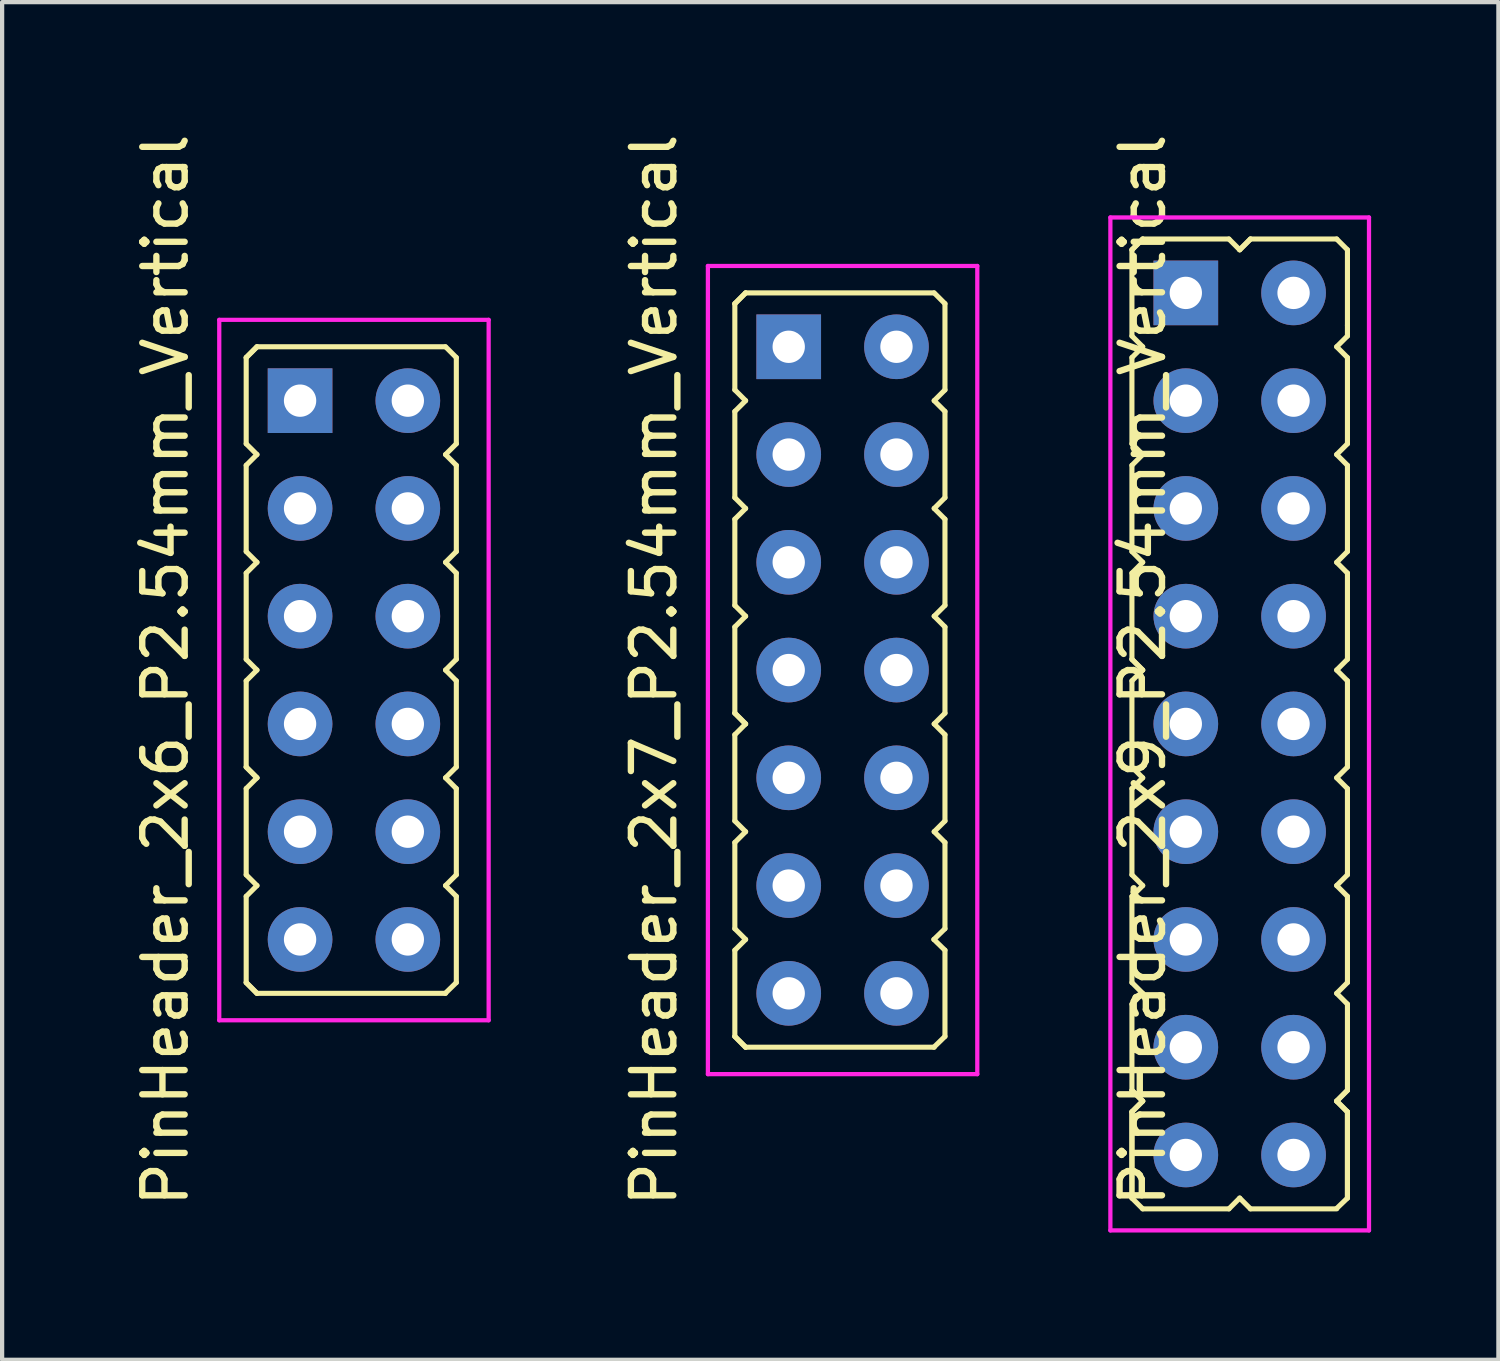
<source format=kicad_pcb>
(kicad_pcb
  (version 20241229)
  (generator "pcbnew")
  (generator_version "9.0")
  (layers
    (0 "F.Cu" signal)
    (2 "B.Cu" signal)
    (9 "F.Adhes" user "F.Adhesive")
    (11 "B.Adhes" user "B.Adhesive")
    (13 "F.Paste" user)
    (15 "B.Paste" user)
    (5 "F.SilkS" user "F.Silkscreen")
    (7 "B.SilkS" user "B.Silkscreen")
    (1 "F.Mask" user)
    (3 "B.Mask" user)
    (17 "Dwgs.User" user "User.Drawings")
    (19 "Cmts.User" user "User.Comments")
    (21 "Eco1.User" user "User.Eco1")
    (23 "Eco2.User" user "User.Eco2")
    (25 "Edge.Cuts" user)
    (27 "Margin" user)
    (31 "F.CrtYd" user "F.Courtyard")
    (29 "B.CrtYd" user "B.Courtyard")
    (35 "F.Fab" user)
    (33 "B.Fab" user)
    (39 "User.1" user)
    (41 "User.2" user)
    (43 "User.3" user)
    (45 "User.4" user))
  (footprint "PinHeader_2x7_P2.54mm_Vertical"
    (layer "F.Cu")
    (at 16.811 12.744)
    (property "Reference" "PinHeader_2x7_P2.54mm_Vertical" (at -4.445 0 90) (layer "F.SilkS") (effects (font (size 1 1) (thickness 0.15))))
    (attr through_hole)
    (fp_line (start -2.54 -8.636) (end -2.286 -8.89) (stroke (width 0.12) (type solid)) (layer "F.SilkS"))
    (fp_line (start -2.54 -8.636) (end -2.286 -8.89) (stroke (width 0.12) (type solid)) (layer "F.SilkS"))
    (fp_line (start -2.54 -6.604) (end -2.54 -8.636) (stroke (width 0.12) (type solid)) (layer "F.SilkS"))
    (fp_line (start -2.54 -6.096) (end -2.286 -6.35) (stroke (width 0.12) (type solid)) (layer "F.SilkS"))
    (fp_line (start -2.54 -4.064) (end -2.54 -6.096) (stroke (width 0.12) (type solid)) (layer "F.SilkS"))
    (fp_line (start -2.54 -3.556) (end -2.286 -3.81) (stroke (width 0.12) (type solid)) (layer "F.SilkS"))
    (fp_line (start -2.54 -1.524) (end -2.54 -3.556) (stroke (width 0.12) (type solid)) (layer "F.SilkS"))
    (fp_line (start -2.54 -1.016) (end -2.286 -1.27) (stroke (width 0.12) (type solid)) (layer "F.SilkS"))
    (fp_line (start -2.54 1.016) (end -2.54 -1.016) (stroke (width 0.12) (type solid)) (layer "F.SilkS"))
    (fp_line (start -2.54 1.524) (end -2.286 1.27) (stroke (width 0.12) (type solid)) (layer "F.SilkS"))
    (fp_line (start -2.54 3.556) (end -2.54 1.524) (stroke (width 0.12) (type solid)) (layer "F.SilkS"))
    (fp_line (start -2.54 4.064) (end -2.286 3.81) (stroke (width 0.12) (type solid)) (layer "F.SilkS"))
    (fp_line (start -2.54 6.096) (end -2.54 4.064) (stroke (width 0.12) (type solid)) (layer "F.SilkS"))
    (fp_line (start -2.54 6.604) (end -2.286 6.35) (stroke (width 0.12) (type solid)) (layer "F.SilkS"))
    (fp_line (start -2.54 8.636) (end -2.54 6.604) (stroke (width 0.12) (type solid)) (layer "F.SilkS"))
    (fp_line (start -2.286 -6.35) (end -2.54 -6.604) (stroke (width 0.12) (type solid)) (layer "F.SilkS"))
    (fp_line (start -2.286 -3.81) (end -2.54 -4.064) (stroke (width 0.12) (type solid)) (layer "F.SilkS"))
    (fp_line (start -2.286 -1.27) (end -2.54 -1.524) (stroke (width 0.12) (type solid)) (layer "F.SilkS"))
    (fp_line (start -2.286 1.27) (end -2.54 1.016) (stroke (width 0.12) (type solid)) (layer "F.SilkS"))
    (fp_line (start -2.286 1.27) (end -2.54 1.016) (stroke (width 0.12) (type solid)) (layer "F.SilkS"))
    (fp_line (start -2.286 3.81) (end -2.54 3.556) (stroke (width 0.12) (type solid)) (layer "F.SilkS"))
    (fp_line (start -2.286 6.35) (end -2.54 6.096) (stroke (width 0.12) (type solid)) (layer "F.SilkS"))
    (fp_line (start -2.286 8.89) (end -2.54 8.636) (stroke (width 0.12) (type solid)) (layer "F.SilkS"))
    (fp_line (start -2.286 8.89) (end -2.54 8.636) (stroke (width 0.12) (type solid)) (layer "F.SilkS"))
    (fp_line (start 2.152 -8.89) (end -2.286 -8.89) (stroke (width 0.12) (type solid)) (layer "F.SilkS"))
    (fp_line (start 2.152 6.35) (end 2.413 6.604) (stroke (width 0.12) (type solid)) (layer "F.SilkS"))
    (fp_line (start 2.159 -6.35) (end 2.413 -6.096) (stroke (width 0.12) (type solid)) (layer "F.SilkS"))
    (fp_line (start 2.159 -3.81) (end 2.413 -3.556) (stroke (width 0.12) (type solid)) (layer "F.SilkS"))
    (fp_line (start 2.159 -1.27) (end 2.413 -1.016) (stroke (width 0.12) (type solid)) (layer "F.SilkS"))
    (fp_line (start 2.159 1.27) (end 2.413 1.524) (stroke (width 0.12) (type solid)) (layer "F.SilkS"))
    (fp_line (start 2.159 3.81) (end 2.413 4.064) (stroke (width 0.12) (type solid)) (layer "F.SilkS"))
    (fp_line (start 2.159 8.89) (end -2.286 8.89) (stroke (width 0.12) (type solid)) (layer "F.SilkS"))
    (fp_line (start 2.413 -8.636) (end 2.159 -8.89) (stroke (width 0.12) (type solid)) (layer "F.SilkS"))
    (fp_line (start 2.413 -8.636) (end 2.413 -6.604) (stroke (width 0.12) (type solid)) (layer "F.SilkS"))
    (fp_line (start 2.413 -6.604) (end 2.159 -6.35) (stroke (width 0.12) (type solid)) (layer "F.SilkS"))
    (fp_line (start 2.413 -6.096) (end 2.413 -4.064) (stroke (width 0.12) (type solid)) (layer "F.SilkS"))
    (fp_line (start 2.413 -4.064) (end 2.159 -3.81) (stroke (width 0.12) (type solid)) (layer "F.SilkS"))
    (fp_line (start 2.413 -3.556) (end 2.413 -1.524) (stroke (width 0.12) (type solid)) (layer "F.SilkS"))
    (fp_line (start 2.413 -1.524) (end 2.159 -1.27) (stroke (width 0.12) (type solid)) (layer "F.SilkS"))
    (fp_line (start 2.413 -1.016) (end 2.413 1.016) (stroke (width 0.12) (type solid)) (layer "F.SilkS"))
    (fp_line (start 2.413 1.016) (end 2.159 1.27) (stroke (width 0.12) (type solid)) (layer "F.SilkS"))
    (fp_line (start 2.413 1.524) (end 2.413 3.556) (stroke (width 0.12) (type solid)) (layer "F.SilkS"))
    (fp_line (start 2.413 3.556) (end 2.159 3.81) (stroke (width 0.12) (type solid)) (layer "F.SilkS"))
    (fp_line (start 2.413 4.064) (end 2.413 6.096) (stroke (width 0.12) (type solid)) (layer "F.SilkS"))
    (fp_line (start 2.413 6.096) (end 2.152 6.35) (stroke (width 0.12) (type solid)) (layer "F.SilkS"))
    (fp_line (start 2.413 6.604) (end 2.413 8.636) (stroke (width 0.12) (type solid)) (layer "F.SilkS"))
    (fp_line (start 2.413 8.636) (end 2.152 8.89) (stroke (width 0.12) (type solid)) (layer "F.SilkS"))
    (fp_line (start -3.175 9.525) (end -3.175 -9.525) (stroke (width 0.1) (type solid)) (layer "F.CrtYd"))
    (fp_line (start 3.175 -9.525) (end -3.175 -9.525) (stroke (width 0.1) (type solid)) (layer "F.CrtYd"))
    (fp_line (start 3.175 -9.525) (end 3.175 9.525) (stroke (width 0.1) (type solid)) (layer "F.CrtYd"))
    (fp_line (start 3.175 9.525) (end -3.175 9.525) (stroke (width 0.1) (type solid)) (layer "F.CrtYd"))
    (pad "1" thru_hole rect (at -1.27 -7.62) (size 1.524 1.524) (drill 0.762) (layers "*.Cu" "*.Mask"))
    (pad "2" thru_hole oval (at 1.27 -7.62) (size 1.524 1.524) (drill 0.762) (layers "*.Cu" "*.Mask"))
    (pad "3" thru_hole oval (at -1.27 -5.08) (size 1.524 1.524) (drill 0.762) (layers "*.Cu" "*.Mask"))
    (pad "4" thru_hole oval (at 1.27 -5.08) (size 1.524 1.524) (drill 0.762) (layers "*.Cu" "*.Mask"))
    (pad "5" thru_hole oval (at -1.27 -2.54) (size 1.524 1.524) (drill 0.762) (layers "*.Cu" "*.Mask"))
    (pad "6" thru_hole oval (at 1.27 -2.54) (size 1.524 1.524) (drill 0.762) (layers "*.Cu" "*.Mask"))
    (pad "7" thru_hole oval (at -1.27 0) (size 1.524 1.524) (drill 0.762) (layers "*.Cu" "*.Mask"))
    (pad "8" thru_hole oval (at 1.27 0) (size 1.524 1.524) (drill 0.762) (layers "*.Cu" "*.Mask"))
    (pad "9" thru_hole oval (at -1.27 2.54) (size 1.524 1.524) (drill 0.762) (layers "*.Cu" "*.Mask"))
    (pad "10" thru_hole oval (at 1.27 2.54) (size 1.524 1.524) (drill 0.762) (layers "*.Cu" "*.Mask"))
    (pad "11" thru_hole oval (at -1.27 5.08) (size 1.524 1.524) (drill 0.762) (layers "*.Cu" "*.Mask"))
    (pad "12" thru_hole oval (at 1.27 5.08) (size 1.524 1.524) (drill 0.762) (layers "*.Cu" "*.Mask"))
    (pad "13" thru_hole oval (at -1.27 7.62) (size 1.524 1.524) (drill 0.762) (layers "*.Cu" "*.Mask"))
    (pad "14" thru_hole oval (at 1.27 7.62) (size 1.524 1.524) (drill 0.762) (layers "*.Cu" "*.Mask")))
  (footprint "PinHeader_2x9_P2.54mm_Vertical"
    (layer "F.Cu")
    (at 26.171 14.014)
    (property "Reference" "PinHeader_2x9_P2.54mm_Vertical" (at -2.286 -1.27 90) (layer "F.SilkS") (effects (font (size 1 1) (thickness 0.15))))
    (attr through_hole)
    (fp_line (start -2.54 -11.176) (end -2.286 -11.43) (stroke (width 0.12) (type solid)) (layer "F.SilkS"))
    (fp_line (start -2.54 -11.176) (end -2.286 -11.43) (stroke (width 0.12) (type solid)) (layer "F.SilkS"))
    (fp_line (start -2.54 -9.144) (end -2.54 -11.176) (stroke (width 0.12) (type solid)) (layer "F.SilkS"))
    (fp_line (start -2.54 -8.636) (end -2.286 -8.89) (stroke (width 0.12) (type solid)) (layer "F.SilkS"))
    (fp_line (start -2.54 -6.604) (end -2.54 -8.636) (stroke (width 0.12) (type solid)) (layer "F.SilkS"))
    (fp_line (start -2.54 -6.096) (end -2.286 -6.35) (stroke (width 0.12) (type solid)) (layer "F.SilkS"))
    (fp_line (start -2.54 -4.064) (end -2.54 -6.096) (stroke (width 0.12) (type solid)) (layer "F.SilkS"))
    (fp_line (start -2.54 -3.556) (end -2.286 -3.81) (stroke (width 0.12) (type solid)) (layer "F.SilkS"))
    (fp_line (start -2.54 -1.524) (end -2.54 -3.556) (stroke (width 0.12) (type solid)) (layer "F.SilkS"))
    (fp_line (start -2.54 -1.016) (end -2.286 -1.27) (stroke (width 0.12) (type solid)) (layer "F.SilkS"))
    (fp_line (start -2.54 1.016) (end -2.54 -1.016) (stroke (width 0.12) (type solid)) (layer "F.SilkS"))
    (fp_line (start -2.54 1.016) (end -2.286 1.27) (stroke (width 0.12) (type solid)) (layer "F.SilkS"))
    (fp_line (start -2.54 1.524) (end -2.54 3.556) (stroke (width 0.12) (type solid)) (layer "F.SilkS"))
    (fp_line (start -2.54 1.524) (end -2.286 1.27) (stroke (width 0.12) (type solid)) (layer "F.SilkS"))
    (fp_line (start -2.54 4.064) (end -2.54 6.096) (stroke (width 0.12) (type solid)) (layer "F.SilkS"))
    (fp_line (start -2.54 4.064) (end -2.286 3.81) (stroke (width 0.12) (type solid)) (layer "F.SilkS"))
    (fp_line (start -2.54 8.636) (end -2.54 6.604) (stroke (width 0.12) (type solid)) (layer "F.SilkS"))
    (fp_line (start -2.54 11.176) (end -2.54 9.144) (stroke (width 0.12) (type solid)) (layer "F.SilkS"))
    (fp_line (start -2.54 11.176) (end -2.54 9.144) (stroke (width 0.12) (type solid)) (layer "F.SilkS"))
    (fp_line (start -2.286 -8.89) (end -2.54 -9.144) (stroke (width 0.12) (type solid)) (layer "F.SilkS"))
    (fp_line (start -2.286 -6.35) (end -2.54 -6.604) (stroke (width 0.12) (type solid)) (layer "F.SilkS"))
    (fp_line (start -2.286 -3.81) (end -2.54 -4.064) (stroke (width 0.12) (type solid)) (layer "F.SilkS"))
    (fp_line (start -2.286 -1.27) (end -2.54 -1.524) (stroke (width 0.12) (type solid)) (layer "F.SilkS"))
    (fp_line (start -2.286 -1.27) (end -2.54 -1.524) (stroke (width 0.12) (type solid)) (layer "F.SilkS"))
    (fp_line (start -2.286 3.81) (end -2.54 3.556) (stroke (width 0.12) (type solid)) (layer "F.SilkS"))
    (fp_line (start -2.286 6.35) (end -2.54 6.096) (stroke (width 0.12) (type solid)) (layer "F.SilkS"))
    (fp_line (start -2.286 6.35) (end -2.54 6.604) (stroke (width 0.12) (type solid)) (layer "F.SilkS"))
    (fp_line (start -2.286 8.89) (end -2.54 8.636) (stroke (width 0.12) (type solid)) (layer "F.SilkS"))
    (fp_line (start -2.286 8.89) (end -2.54 8.636) (stroke (width 0.12) (type solid)) (layer "F.SilkS"))
    (fp_line (start -2.286 8.89) (end -2.54 9.144) (stroke (width 0.12) (type solid)) (layer "F.SilkS"))
    (fp_line (start -2.286 8.89) (end -2.54 9.144) (stroke (width 0.12) (type solid)) (layer "F.SilkS"))
    (fp_line (start -2.286 11.43) (end -2.54 11.176) (stroke (width 0.12) (type solid)) (layer "F.SilkS"))
    (fp_line (start -2.286 11.43) (end -0.254 11.43) (stroke (width 0.12) (type solid)) (layer "F.SilkS"))
    (fp_line (start -0.254 -11.43) (end -2.286 -11.43) (stroke (width 0.12) (type solid)) (layer "F.SilkS"))
    (fp_line (start -0.254 11.43) (end 0 11.176) (stroke (width 0.12) (type solid)) (layer "F.SilkS"))
    (fp_line (start 0 -11.176) (end -0.254 -11.43) (stroke (width 0.12) (type solid)) (layer "F.SilkS"))
    (fp_line (start 0 -11.176) (end 0.254 -11.43) (stroke (width 0.12) (type solid)) (layer "F.SilkS"))
    (fp_line (start 0 -11.176) (end 0.254 -11.43) (stroke (width 0.12) (type solid)) (layer "F.SilkS"))
    (fp_line (start 0.254 11.43) (end 0 11.176) (stroke (width 0.12) (type solid)) (layer "F.SilkS"))
    (fp_line (start 0.254 11.43) (end 2.286 11.43) (stroke (width 0.12) (type solid)) (layer "F.SilkS"))
    (fp_line (start 2.286 -11.43) (end 0.254 -11.43) (stroke (width 0.12) (type solid)) (layer "F.SilkS"))
    (fp_line (start 2.286 -8.89) (end 2.54 -8.636) (stroke (width 0.12) (type solid)) (layer "F.SilkS"))
    (fp_line (start 2.286 -6.35) (end 2.54 -6.096) (stroke (width 0.12) (type solid)) (layer "F.SilkS"))
    (fp_line (start 2.286 -3.81) (end 2.54 -3.556) (stroke (width 0.12) (type solid)) (layer "F.SilkS"))
    (fp_line (start 2.286 -1.27) (end 2.54 -1.016) (stroke (width 0.12) (type solid)) (layer "F.SilkS"))
    (fp_line (start 2.286 3.81) (end 2.54 3.556) (stroke (width 0.12) (type solid)) (layer "F.SilkS"))
    (fp_line (start 2.286 6.35) (end 2.54 6.096) (stroke (width 0.12) (type solid)) (layer "F.SilkS"))
    (fp_line (start 2.286 6.35) (end 2.54 6.604) (stroke (width 0.12) (type solid)) (layer "F.SilkS"))
    (fp_line (start 2.286 8.89) (end 2.54 8.636) (stroke (width 0.12) (type solid)) (layer "F.SilkS"))
    (fp_line (start 2.286 8.89) (end 2.54 9.144) (stroke (width 0.12) (type solid)) (layer "F.SilkS"))
    (fp_line (start 2.286 8.89) (end 2.54 9.144) (stroke (width 0.12) (type solid)) (layer "F.SilkS"))
    (fp_line (start 2.286 11.42) (end 2.54 11.176) (stroke (width 0.12) (type solid)) (layer "F.SilkS"))
    (fp_line (start 2.54 -11.176) (end 2.286 -11.43) (stroke (width 0.12) (type solid)) (layer "F.SilkS"))
    (fp_line (start 2.54 -11.176) (end 2.54 -9.398) (stroke (width 0.12) (type solid)) (layer "F.SilkS"))
    (fp_line (start 2.54 -9.398) (end 2.54 -9.144) (stroke (width 0.12) (type solid)) (layer "F.SilkS"))
    (fp_line (start 2.54 -9.144) (end 2.286 -8.89) (stroke (width 0.12) (type solid)) (layer "F.SilkS"))
    (fp_line (start 2.54 -8.636) (end 2.54 -6.604) (stroke (width 0.12) (type solid)) (layer "F.SilkS"))
    (fp_line (start 2.54 -6.604) (end 2.286 -6.35) (stroke (width 0.12) (type solid)) (layer "F.SilkS"))
    (fp_line (start 2.54 -6.096) (end 2.54 -4.064) (stroke (width 0.12) (type solid)) (layer "F.SilkS"))
    (fp_line (start 2.54 -4.064) (end 2.286 -3.81) (stroke (width 0.12) (type solid)) (layer "F.SilkS"))
    (fp_line (start 2.54 -3.556) (end 2.54 -1.524) (stroke (width 0.12) (type solid)) (layer "F.SilkS"))
    (fp_line (start 2.54 -1.524) (end 2.286 -1.27) (stroke (width 0.12) (type solid)) (layer "F.SilkS"))
    (fp_line (start 2.54 -1.016) (end 2.54 1.016) (stroke (width 0.12) (type solid)) (layer "F.SilkS"))
    (fp_line (start 2.54 1.016) (end 2.286 1.27) (stroke (width 0.12) (type solid)) (layer "F.SilkS"))
    (fp_line (start 2.54 1.524) (end 2.286 1.27) (stroke (width 0.12) (type solid)) (layer "F.SilkS"))
    (fp_line (start 2.54 1.524) (end 2.54 3.556) (stroke (width 0.12) (type solid)) (layer "F.SilkS"))
    (fp_line (start 2.54 4.064) (end 2.286 3.81) (stroke (width 0.12) (type solid)) (layer "F.SilkS"))
    (fp_line (start 2.54 4.064) (end 2.54 6.096) (stroke (width 0.12) (type solid)) (layer "F.SilkS"))
    (fp_line (start 2.54 6.604) (end 2.54 8.636) (stroke (width 0.12) (type solid)) (layer "F.SilkS"))
    (fp_line (start 2.54 8.636) (end 2.286 8.89) (stroke (width 0.12) (type solid)) (layer "F.SilkS"))
    (fp_line (start 2.54 9.144) (end 2.54 11.176) (stroke (width 0.12) (type solid)) (layer "F.SilkS"))
    (fp_line (start 2.54 11.17) (end 2.54 9.144) (stroke (width 0.12) (type solid)) (layer "F.SilkS"))
    (fp_line (start -3.048 -11.938) (end 3.048 -11.938) (stroke (width 0.1) (type solid)) (layer "F.CrtYd"))
    (fp_line (start -3.048 11.938) (end -3.048 -11.938) (stroke (width 0.1) (type solid)) (layer "F.CrtYd"))
    (fp_line (start -3.048 11.938) (end 3.048 11.938) (stroke (width 0.1) (type solid)) (layer "F.CrtYd"))
    (fp_line (start 3.048 -11.938) (end 3.048 11.938) (stroke (width 0.1) (type solid)) (layer "F.CrtYd"))
    (pad "1" thru_hole rect (at -1.27 -10.16) (size 1.524 1.524) (drill 0.762) (layers "*.Cu" "*.Mask"))
    (pad "2" thru_hole circle (at 1.27 -10.16) (size 1.524 1.524) (drill 0.762) (layers "*.Cu" "*.Mask"))
    (pad "3" thru_hole oval (at -1.27 -7.62) (size 1.524 1.524) (drill 0.762) (layers "*.Cu" "*.Mask"))
    (pad "4" thru_hole oval (at 1.27 -7.62) (size 1.524 1.524) (drill 0.762) (layers "*.Cu" "*.Mask"))
    (pad "5" thru_hole oval (at -1.27 -5.08) (size 1.524 1.524) (drill 0.762) (layers "*.Cu" "*.Mask"))
    (pad "6" thru_hole oval (at 1.27 -5.08) (size 1.524 1.524) (drill 0.762) (layers "*.Cu" "*.Mask"))
    (pad "7" thru_hole oval (at -1.27 -2.54) (size 1.524 1.524) (drill 0.762) (layers "*.Cu" "*.Mask"))
    (pad "8" thru_hole oval (at 1.27 -2.54) (size 1.524 1.524) (drill 0.762) (layers "*.Cu" "*.Mask"))
    (pad "9" thru_hole oval (at -1.27 0) (size 1.524 1.524) (drill 0.762) (layers "*.Cu" "*.Mask"))
    (pad "10" thru_hole oval (at 1.27 0) (size 1.524 1.524) (drill 0.762) (layers "*.Cu" "*.Mask"))
    (pad "11" thru_hole oval (at -1.27 2.54) (size 1.524 1.524) (drill 0.762) (layers "*.Cu" "*.Mask"))
    (pad "12" thru_hole oval (at 1.27 2.54) (size 1.524 1.524) (drill 0.762) (layers "*.Cu" "*.Mask"))
    (pad "13" thru_hole oval (at -1.27 5.08) (size 1.524 1.524) (drill 0.762) (layers "*.Cu" "*.Mask"))
    (pad "14" thru_hole oval (at 1.27 5.08) (size 1.524 1.524) (drill 0.762) (layers "*.Cu" "*.Mask"))
    (pad "15" thru_hole oval (at -1.27 7.62) (size 1.524 1.524) (drill 0.762) (layers "*.Cu" "*.Mask"))
    (pad "16" thru_hole oval (at 1.27 7.62) (size 1.524 1.524) (drill 0.762) (layers "*.Cu" "*.Mask"))
    (pad "17" thru_hole oval (at -1.27 10.16) (size 1.524 1.524) (drill 0.762) (layers "*.Cu" "*.Mask"))
    (pad "18" thru_hole oval (at 1.27 10.16) (size 1.524 1.524) (drill 0.762) (layers "*.Cu" "*.Mask")))
  (footprint "PinHeader_2x6_P2.54mm_Vertical"
    (layer "F.Cu")
    (at 5.293 12.744)
    (property "Reference" "PinHeader_2x6_P2.54mm_Vertical" (at -4.445 0 90) (layer "F.SilkS") (effects (font (size 1 1) (thickness 0.15))))
    (attr through_hole)
    (fp_line (start -2.54 -7.366) (end -2.286 -7.62) (stroke (width 0.12) (type solid)) (layer "F.SilkS"))
    (fp_line (start -2.54 -7.366) (end -2.286 -7.62) (stroke (width 0.12) (type solid)) (layer "F.SilkS"))
    (fp_line (start -2.54 -5.334) (end -2.54 -7.366) (stroke (width 0.12) (type solid)) (layer "F.SilkS"))
    (fp_line (start -2.54 -4.826) (end -2.286 -5.08) (stroke (width 0.12) (type solid)) (layer "F.SilkS"))
    (fp_line (start -2.54 -2.794) (end -2.54 -4.826) (stroke (width 0.12) (type solid)) (layer "F.SilkS"))
    (fp_line (start -2.54 -2.286) (end -2.286 -2.54) (stroke (width 0.12) (type solid)) (layer "F.SilkS"))
    (fp_line (start -2.54 -0.254) (end -2.54 -2.286) (stroke (width 0.12) (type solid)) (layer "F.SilkS"))
    (fp_line (start -2.54 0.254) (end -2.286 0) (stroke (width 0.12) (type solid)) (layer "F.SilkS"))
    (fp_line (start -2.54 2.286) (end -2.54 0.254) (stroke (width 0.12) (type solid)) (layer "F.SilkS"))
    (fp_line (start -2.54 2.794) (end -2.286 2.54) (stroke (width 0.12) (type solid)) (layer "F.SilkS"))
    (fp_line (start -2.54 4.826) (end -2.54 2.794) (stroke (width 0.12) (type solid)) (layer "F.SilkS"))
    (fp_line (start -2.54 5.334) (end -2.286 5.08) (stroke (width 0.12) (type solid)) (layer "F.SilkS"))
    (fp_line (start -2.54 7.366) (end -2.54 5.334) (stroke (width 0.12) (type solid)) (layer "F.SilkS"))
    (fp_line (start -2.286 -5.08) (end -2.54 -5.334) (stroke (width 0.12) (type solid)) (layer "F.SilkS"))
    (fp_line (start -2.286 -2.54) (end -2.54 -2.794) (stroke (width 0.12) (type solid)) (layer "F.SilkS"))
    (fp_line (start -2.286 0) (end -2.54 -0.254) (stroke (width 0.12) (type solid)) (layer "F.SilkS"))
    (fp_line (start -2.286 2.54) (end -2.54 2.286) (stroke (width 0.12) (type solid)) (layer "F.SilkS"))
    (fp_line (start -2.286 2.54) (end -2.54 2.286) (stroke (width 0.12) (type solid)) (layer "F.SilkS"))
    (fp_line (start -2.286 5.08) (end -2.54 4.826) (stroke (width 0.12) (type solid)) (layer "F.SilkS"))
    (fp_line (start -2.286 7.62) (end -2.54 7.366) (stroke (width 0.12) (type solid)) (layer "F.SilkS"))
    (fp_line (start -2.286 7.62) (end -2.54 7.366) (stroke (width 0.12) (type solid)) (layer "F.SilkS"))
    (fp_line (start 2.152 -7.62) (end -2.286 -7.62) (stroke (width 0.12) (type solid)) (layer "F.SilkS"))
    (fp_line (start 2.159 -5.08) (end 2.413 -4.826) (stroke (width 0.12) (type solid)) (layer "F.SilkS"))
    (fp_line (start 2.159 -2.54) (end 2.413 -2.286) (stroke (width 0.12) (type solid)) (layer "F.SilkS"))
    (fp_line (start 2.159 0) (end 2.413 0.254) (stroke (width 0.12) (type solid)) (layer "F.SilkS"))
    (fp_line (start 2.159 2.54) (end 2.413 2.794) (stroke (width 0.12) (type solid)) (layer "F.SilkS"))
    (fp_line (start 2.159 5.08) (end 2.413 5.334) (stroke (width 0.12) (type solid)) (layer "F.SilkS"))
    (fp_line (start 2.159 7.62) (end -2.286 7.62) (stroke (width 0.12) (type solid)) (layer "F.SilkS"))
    (fp_line (start 2.413 -7.366) (end 2.159 -7.62) (stroke (width 0.12) (type solid)) (layer "F.SilkS"))
    (fp_line (start 2.413 -7.366) (end 2.413 -5.334) (stroke (width 0.12) (type solid)) (layer "F.SilkS"))
    (fp_line (start 2.413 -5.334) (end 2.159 -5.08) (stroke (width 0.12) (type solid)) (layer "F.SilkS"))
    (fp_line (start 2.413 -4.826) (end 2.413 -2.794) (stroke (width 0.12) (type solid)) (layer "F.SilkS"))
    (fp_line (start 2.413 -2.794) (end 2.159 -2.54) (stroke (width 0.12) (type solid)) (layer "F.SilkS"))
    (fp_line (start 2.413 -2.286) (end 2.413 -0.254) (stroke (width 0.12) (type solid)) (layer "F.SilkS"))
    (fp_line (start 2.413 -0.254) (end 2.159 0) (stroke (width 0.12) (type solid)) (layer "F.SilkS"))
    (fp_line (start 2.413 0.254) (end 2.413 2.286) (stroke (width 0.12) (type solid)) (layer "F.SilkS"))
    (fp_line (start 2.413 2.286) (end 2.159 2.54) (stroke (width 0.12) (type solid)) (layer "F.SilkS"))
    (fp_line (start 2.413 2.794) (end 2.413 4.826) (stroke (width 0.12) (type solid)) (layer "F.SilkS"))
    (fp_line (start 2.413 4.826) (end 2.159 5.08) (stroke (width 0.12) (type solid)) (layer "F.SilkS"))
    (fp_line (start 2.413 5.334) (end 2.413 7.366) (stroke (width 0.12) (type solid)) (layer "F.SilkS"))
    (fp_line (start 2.413 7.366) (end 2.152 7.62) (stroke (width 0.12) (type solid)) (layer "F.SilkS"))
    (fp_line (start -3.175 8.255) (end -3.175 -8.255) (stroke (width 0.1) (type solid)) (layer "F.CrtYd"))
    (fp_line (start 3.175 -8.255) (end -3.175 -8.255) (stroke (width 0.1) (type solid)) (layer "F.CrtYd"))
    (fp_line (start 3.175 -8.255) (end 3.175 8.255) (stroke (width 0.1) (type solid)) (layer "F.CrtYd"))
    (fp_line (start 3.175 8.255) (end -3.175 8.255) (stroke (width 0.1) (type solid)) (layer "F.CrtYd"))
    (pad "1" thru_hole rect (at -1.27 -6.35) (size 1.524 1.524) (drill 0.762) (layers "*.Cu" "*.Mask"))
    (pad "2" thru_hole oval (at 1.27 -6.35) (size 1.524 1.524) (drill 0.762) (layers "*.Cu" "*.Mask"))
    (pad "3" thru_hole oval (at -1.27 -3.81) (size 1.524 1.524) (drill 0.762) (layers "*.Cu" "*.Mask"))
    (pad "4" thru_hole oval (at 1.27 -3.81) (size 1.524 1.524) (drill 0.762) (layers "*.Cu" "*.Mask"))
    (pad "5" thru_hole oval (at -1.27 -1.27) (size 1.524 1.524) (drill 0.762) (layers "*.Cu" "*.Mask"))
    (pad "6" thru_hole oval (at 1.27 -1.27) (size 1.524 1.524) (drill 0.762) (layers "*.Cu" "*.Mask"))
    (pad "7" thru_hole oval (at -1.27 1.27) (size 1.524 1.524) (drill 0.762) (layers "*.Cu" "*.Mask"))
    (pad "8" thru_hole oval (at 1.27 1.27) (size 1.524 1.524) (drill 0.762) (layers "*.Cu" "*.Mask"))
    (pad "9" thru_hole oval (at -1.27 3.81) (size 1.524 1.524) (drill 0.762) (layers "*.Cu" "*.Mask"))
    (pad "10" thru_hole oval (at 1.27 3.81) (size 1.524 1.524) (drill 0.762) (layers "*.Cu" "*.Mask"))
    (pad "11" thru_hole oval (at -1.27 6.35) (size 1.524 1.524) (drill 0.762) (layers "*.Cu" "*.Mask"))
    (pad "12" thru_hole oval (at 1.27 6.35) (size 1.524 1.524) (drill 0.762) (layers "*.Cu" "*.Mask")))
  (gr_rect
    (start -3 -3)
    (end 32.269 29.002)
    (stroke (width 0.1) (type default))
    (fill no)
    (layer "Edge.Cuts")))
</source>
